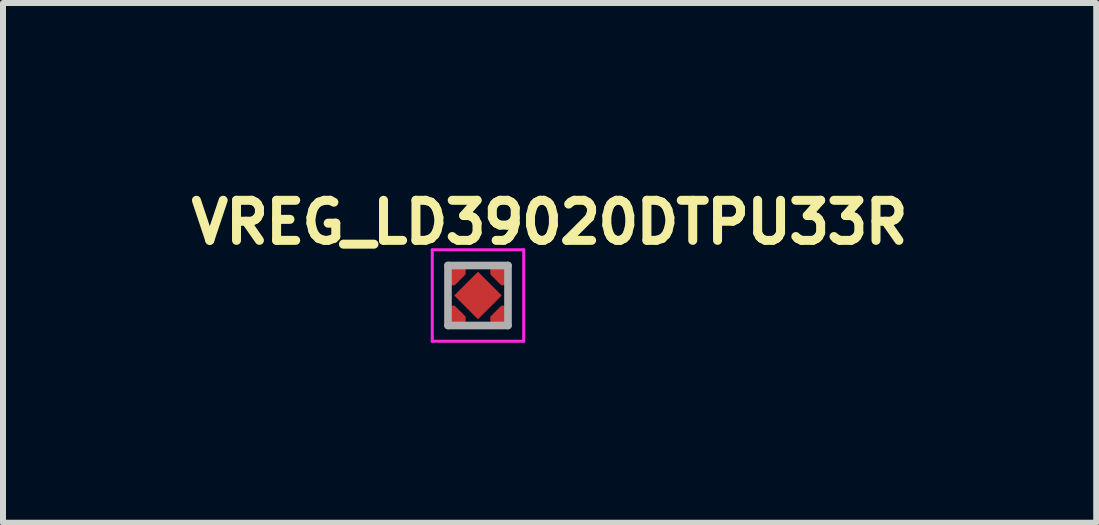
<source format=kicad_pcb>
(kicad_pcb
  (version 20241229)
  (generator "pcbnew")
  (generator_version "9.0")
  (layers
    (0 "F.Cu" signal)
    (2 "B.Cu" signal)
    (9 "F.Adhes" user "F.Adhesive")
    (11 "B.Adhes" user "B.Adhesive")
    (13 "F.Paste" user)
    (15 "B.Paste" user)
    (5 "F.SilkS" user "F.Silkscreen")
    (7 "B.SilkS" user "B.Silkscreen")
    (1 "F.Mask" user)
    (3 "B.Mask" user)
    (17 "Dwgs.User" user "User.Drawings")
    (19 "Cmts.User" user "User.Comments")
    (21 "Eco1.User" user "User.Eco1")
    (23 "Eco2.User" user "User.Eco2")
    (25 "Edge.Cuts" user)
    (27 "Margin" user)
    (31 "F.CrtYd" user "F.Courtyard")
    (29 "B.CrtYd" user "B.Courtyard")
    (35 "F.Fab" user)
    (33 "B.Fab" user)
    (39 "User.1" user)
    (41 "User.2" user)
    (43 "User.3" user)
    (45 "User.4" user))
  (footprint "VREG_LD39020DTPU33R"
    (layer "F.Cu")
    (at 4.915 1.874)
    (property "Reference" "VREG_LD39020DTPU33R" (at 1.193 -1.22 0) (layer "F.SilkS") (effects (font (size 0.668 0.668) (thickness 0.15))))
    (attr smd)
    (fp_poly (pts (xy 0 -0.43) (xy 0.43 0) (xy 0 0.43) (xy -0.43 0)) (stroke (width 0.001) (type solid)) (fill yes) (layer "F.Mask"))
    (fp_poly (pts (xy -0.57 -0.14) (xy -0.38 -0.14) (xy -0.17 -0.35) (xy -0.17 -0.5) (xy -0.57 -0.5)) (stroke (width 0.001) (type solid)) (fill yes) (layer "F.Mask"))
    (fp_poly (pts (xy -0.57 0.14) (xy -0.38 0.14) (xy -0.17 0.35) (xy -0.17 0.5) (xy -0.57 0.5)) (stroke (width 0.001) (type solid)) (fill yes) (layer "F.Mask"))
    (fp_poly (pts (xy 0.17 -0.5) (xy 0.17 -0.35) (xy 0.38 -0.14) (xy 0.57 -0.14) (xy 0.57 -0.5)) (stroke (width 0.001) (type solid)) (fill yes) (layer "F.Mask"))
    (fp_poly (pts (xy 0.38 0.14) (xy 0.57 0.14) (xy 0.57 0.5) (xy 0.17 0.5) (xy 0.17 0.35)) (stroke (width 0.001) (type solid)) (fill yes) (layer "F.Mask"))
    (fp_poly (pts (xy -0.39 -0.175) (xy -0.54 -0.175) (xy -0.54 -0.475) (xy -0.21 -0.475) (xy -0.21 -0.355)) (stroke (width 0.01) (type solid)) (fill yes) (layer "F.Paste"))
    (fp_poly (pts (xy -0.39 0.175) (xy -0.54 0.175) (xy -0.54 0.475) (xy -0.21 0.475) (xy -0.21 0.355)) (stroke (width 0.01) (type solid)) (fill yes) (layer "F.Paste"))
    (fp_poly (pts (xy 0.39 -0.175) (xy 0.54 -0.175) (xy 0.54 -0.475) (xy 0.21 -0.475) (xy 0.21 -0.355)) (stroke (width 0.01) (type solid)) (fill yes) (layer "F.Paste"))
    (fp_poly (pts (xy 0.39 0.175) (xy 0.54 0.175) (xy 0.54 0.475) (xy 0.21 0.475) (xy 0.21 0.355)) (stroke (width 0.01) (type solid)) (fill yes) (layer "F.Paste"))
    (fp_line (start -0.762 -0.762) (end 0.762 -0.762) (stroke (width 0.05) (type solid)) (layer "F.CrtYd"))
    (fp_line (start -0.762 0.762) (end -0.762 -0.762) (stroke (width 0.05) (type solid)) (layer "F.CrtYd"))
    (fp_line (start 0.762 -0.762) (end 0.762 0.762) (stroke (width 0.05) (type solid)) (layer "F.CrtYd"))
    (fp_line (start 0.762 0.762) (end -0.762 0.762) (stroke (width 0.05) (type solid)) (layer "F.CrtYd"))
    (fp_line (start -0.5 -0.5) (end 0.5 -0.5) (stroke (width 0.127) (type solid)) (layer "F.Fab"))
    (fp_line (start -0.5 0.5) (end -0.5 -0.5) (stroke (width 0.127) (type solid)) (layer "F.Fab"))
    (fp_line (start 0.5 -0.5) (end 0.5 0.5) (stroke (width 0.127) (type solid)) (layer "F.Fab"))
    (fp_line (start 0.5 0.5) (end -0.5 0.5) (stroke (width 0.127) (type solid)) (layer "F.Fab"))
    (pad "1" smd custom (at 0.395 0.335) (size 0.1 0.1) (layers "F.Cu") (options (anchor rect)) (primitives (gr_poly (pts (xy -0.005 -0.16) (xy 0.145 -0.16) (xy 0.145 0.14) (xy -0.185 0.14) (xy -0.185 0.02)) (width 0.01) (fill yes))))
    (pad "2" smd custom (at 0.4 -0.37) (size 0.1 0.1) (layers "F.Cu") (options (anchor rect)) (primitives (gr_poly (pts (xy -0.01 0.195) (xy 0.14 0.195) (xy 0.14 -0.105) (xy -0.19 -0.105) (xy -0.19 0.015)) (width 0.01) (fill yes))))
    (pad "3" smd custom (at -0.41 -0.37) (size 0.1 0.1) (layers "F.Cu") (options (anchor rect)) (primitives (gr_poly (pts (xy 0.02 0.195) (xy -0.13 0.195) (xy -0.13 -0.105) (xy 0.2 -0.105) (xy 0.2 0.015)) (width 0.01) (fill yes))))
    (pad "4" smd custom (at -0.41 0.34) (size 0.1 0.1) (layers "F.Cu") (options (anchor rect)) (primitives (gr_poly (pts (xy 0.02 -0.165) (xy -0.13 -0.165) (xy -0.13 0.135) (xy 0.2 0.135) (xy 0.2 0.015)) (width 0.01) (fill yes))))
    (pad "5" smd rect (at 0 0 45) (size 0.56 0.56) (layers "F.Cu" "F.Paste")))
  (gr_rect
    (start -3 -3)
    (end 15.217 5.661)
    (stroke (width 0.1) (type default))
    (fill no)
    (layer "Edge.Cuts")))
</source>
